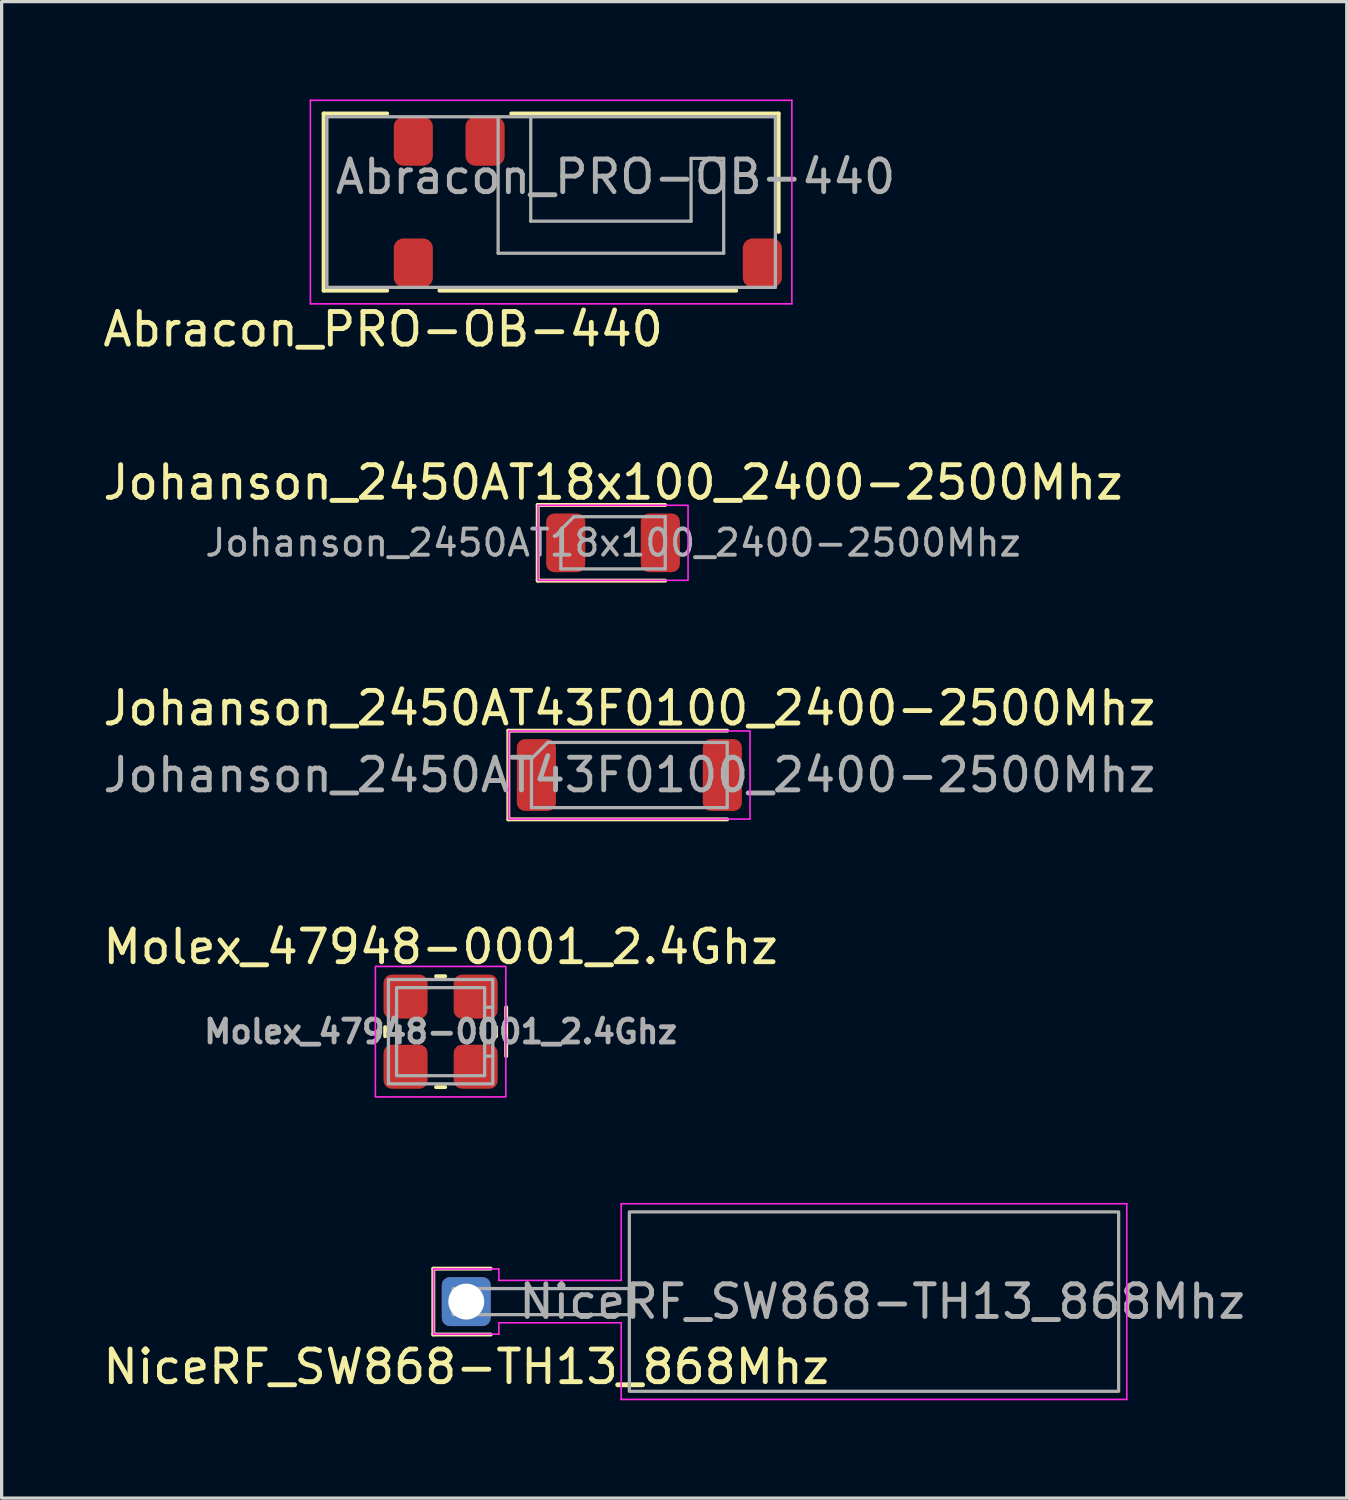
<source format=kicad_pcb>
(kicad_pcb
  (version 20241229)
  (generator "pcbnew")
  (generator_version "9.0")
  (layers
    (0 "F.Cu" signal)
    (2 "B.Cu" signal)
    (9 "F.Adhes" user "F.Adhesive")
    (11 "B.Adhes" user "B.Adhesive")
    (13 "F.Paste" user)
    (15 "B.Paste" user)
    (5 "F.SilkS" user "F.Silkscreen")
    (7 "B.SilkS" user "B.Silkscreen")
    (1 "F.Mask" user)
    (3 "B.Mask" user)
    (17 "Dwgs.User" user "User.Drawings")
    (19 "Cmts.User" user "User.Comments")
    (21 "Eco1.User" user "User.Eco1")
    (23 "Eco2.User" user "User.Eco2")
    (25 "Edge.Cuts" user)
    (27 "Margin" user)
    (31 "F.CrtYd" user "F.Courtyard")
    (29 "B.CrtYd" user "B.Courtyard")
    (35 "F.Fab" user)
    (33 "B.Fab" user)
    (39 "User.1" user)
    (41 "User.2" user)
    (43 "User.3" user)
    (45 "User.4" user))
  (footprint "Abracon_PRO-OB-440"
    (layer "F.Cu")
    (at 13.846 3.145)
    (property "Reference" "Abracon_PRO-OB-440" (at -5.15 3.9 0) (layer "F.SilkS") (effects (font (size 1 1) (thickness 0.15))))
    (attr smd)
    (fp_line (start -6.975 -2.715) (end -6.975 2.715) (stroke (width 0.12) (type solid)) (layer "F.SilkS"))
    (fp_line (start -6.975 2.715) (end -5.025 2.715) (stroke (width 0.12) (type solid)) (layer "F.SilkS"))
    (fp_line (start -5.025 -2.715) (end -6.975 -2.715) (stroke (width 0.12) (type solid)) (layer "F.SilkS"))
    (fp_line (start -3.425 2.715) (end 5.675 2.715) (stroke (width 0.12) (type solid)) (layer "F.SilkS"))
    (fp_line (start -1.225 -2.715) (end 6.975 -2.715) (stroke (width 0.12) (type solid)) (layer "F.SilkS"))
    (fp_line (start 6.975 -2.715) (end 6.975 0.915) (stroke (width 0.12) (type solid)) (layer "F.SilkS"))
    (fp_line (start -7.38 -3.12) (end 7.38 -3.12) (stroke (width 0.05) (type solid)) (layer "F.CrtYd"))
    (fp_line (start -7.38 3.12) (end -7.38 -3.12) (stroke (width 0.05) (type solid)) (layer "F.CrtYd"))
    (fp_line (start 7.38 -3.12) (end 7.38 3.12) (stroke (width 0.05) (type solid)) (layer "F.CrtYd"))
    (fp_line (start 7.38 3.12) (end -7.38 3.12) (stroke (width 0.05) (type solid)) (layer "F.CrtYd"))
    (fp_line (start -6.875 -2.615) (end 6.875 -2.615) (stroke (width 0.1) (type solid)) (layer "F.Fab"))
    (fp_line (start -6.875 2.615) (end -6.875 -2.615) (stroke (width 0.1) (type solid)) (layer "F.Fab"))
    (fp_line (start -1.625 1.569) (end -1.625 -2.615) (stroke (width 0.1) (type solid)) (layer "F.Fab"))
    (fp_line (start -0.625 -2.615) (end -0.625 0.585) (stroke (width 0.1) (type solid)) (layer "F.Fab"))
    (fp_line (start -0.625 0.585) (end 4.29 0.585) (stroke (width 0.1) (type solid)) (layer "F.Fab"))
    (fp_line (start 4.29 -1.34) (end 5.29 -1.34) (stroke (width 0.1) (type solid)) (layer "F.Fab"))
    (fp_line (start 4.29 0.585) (end 4.29 -1.34) (stroke (width 0.1) (type solid)) (layer "F.Fab"))
    (fp_line (start 5.29 -1.34) (end 5.29 1.569) (stroke (width 0.1) (type solid)) (layer "F.Fab"))
    (fp_line (start 5.29 1.569) (end -1.625 1.569) (stroke (width 0.1) (type solid)) (layer "F.Fab"))
    (fp_line (start 6.875 -2.615) (end 6.875 2.615) (stroke (width 0.1) (type solid)) (layer "F.Fab"))
    (fp_line (start 6.875 2.615) (end -6.875 2.615) (stroke (width 0.1) (type solid)) (layer "F.Fab"))
    (fp_text user "${REFERENCE}" (at 1.975 -0.775 0) (layer "F.Fab") (effects (font (size 1 1) (thickness 0.15))))
    (pad "1" smd roundrect (at -2.025 -1.865) (size 1.2 1.5) (layers "F.Cu" "F.Mask" "F.Paste") (roundrect_rratio 0.25))
    (pad "2" smd roundrect (at -4.225 -1.865) (size 1.2 1.5) (layers "F.Cu" "F.Mask" "F.Paste") (roundrect_rratio 0.25))
    (pad "3" smd roundrect (at -4.225 1.865) (size 1.2 1.5) (layers "F.Cu" "F.Mask" "F.Paste") (roundrect_rratio 0.25))
    (pad "4" smd roundrect (at 6.475 1.865) (size 1.2 1.5) (layers "F.Cu" "F.Mask" "F.Paste") (roundrect_rratio 0.25))
    (zone (net_name "") (layers "F.Cu" "Dwgs.User") (hatch edge 0.508) (connect_pads) (min_thickness 0.254) (filled_areas_thickness no) (keepout (tracks not_allowed) (vias not_allowed) (pads allowed) (copperpour not_allowed) (footprints allowed)) (placement (enabled no)) (fill) (polygon (pts (xy 10.746 6.31) (xy 8.496 6.31) (xy 8.496 3.71) (xy 10.746 3.71))))
    (zone (net_name "") (layers "F.Cu" "Dwgs.User") (hatch edge 0.508) (connect_pads) (min_thickness 0.254) (filled_areas_thickness no) (keepout (tracks allowed) (vias not_allowed) (pads allowed) (copperpour not_allowed) (footprints allowed)) (placement (enabled no)) (fill) (polygon (pts (xy 12.721 2.33) (xy 10.921 2.33) (xy 10.921 0.23) (xy 12.721 0.23))))
    (zone (net_name "") (layers "F.Cu" "Dwgs.User") (hatch edge 0.508) (connect_pads) (min_thickness 0.254) (filled_areas_thickness no) (keepout (tracks not_allowed) (vias not_allowed) (pads allowed) (copperpour not_allowed) (footprints allowed)) (placement (enabled no)) (fill) (polygon (pts (xy 21.546 6.41) (xy 19.096 6.41) (xy 19.096 3.61) (xy 21.546 3.61))))
    (zone (net_name "") (layers "F.Cu" "Dwgs.User") (hatch edge 0.508) (connect_pads) (min_thickness 0.254) (filled_areas_thickness no) (keepout (tracks not_allowed) (vias not_allowed) (pads not_allowed) (copperpour not_allowed) (footprints allowed)) (placement (enabled no)) (fill) (polygon (pts (xy 9.421 0.53) (xy 9.021 0.53) (xy 9.021 1.08) (xy 8.721 1.08) (xy 8.721 0.23) (xy 9.421 0.23))))
    (zone (net_name "") (layers "F.Cu" "Dwgs.User") (hatch edge 0.508) (connect_pads) (min_thickness 0.254) (filled_areas_thickness no) (keepout (tracks not_allowed) (vias not_allowed) (pads not_allowed) (copperpour not_allowed) (footprints allowed)) (placement (enabled no)) (fill) (polygon (pts (xy 9.421 2.03) (xy 9.021 2.03) (xy 9.021 1.48) (xy 8.721 1.48) (xy 8.721 2.33) (xy 9.421 2.33))))
    (zone (net_name "") (layers "F.Cu" "Dwgs.User") (hatch edge 0.508) (connect_pads) (min_thickness 0.254) (filled_areas_thickness no) (keepout (tracks not_allowed) (vias not_allowed) (pads not_allowed) (copperpour not_allowed) (footprints allowed)) (placement (enabled no)) (fill) (polygon (pts (xy 9.821 0.53) (xy 10.221 0.53) (xy 10.221 1.08) (xy 10.521 1.08) (xy 10.521 0.23) (xy 9.821 0.23))))
    (zone (net_name "") (layers "F.Cu" "Dwgs.User") (hatch edge 0.508) (connect_pads) (min_thickness 0.254) (filled_areas_thickness no) (keepout (tracks not_allowed) (vias not_allowed) (pads not_allowed) (copperpour not_allowed) (footprints allowed)) (placement (enabled no)) (fill) (polygon (pts (xy 9.821 2.03) (xy 10.221 2.03) (xy 10.221 1.48) (xy 10.521 1.48) (xy 10.521 2.33) (xy 9.821 2.33))))
    (zone (net_name "") (layers "B.Cu" "Dwgs.User") (hatch edge 0.508) (connect_pads) (min_thickness 0.254) (filled_areas_thickness no) (keepout (tracks not_allowed) (vias not_allowed) (pads not_allowed) (copperpour not_allowed) (footprints allowed)) (placement (enabled no)) (fill) (polygon (pts (xy 10.746 6.31) (xy 8.496 6.31) (xy 8.496 3.71) (xy 10.746 3.71))))
    (zone (net_name "") (layers "B.Cu" "Dwgs.User") (hatch edge 0.508) (connect_pads) (min_thickness 0.254) (filled_areas_thickness no) (keepout (tracks not_allowed) (vias not_allowed) (pads not_allowed) (copperpour not_allowed) (footprints allowed)) (placement (enabled no)) (fill) (polygon (pts (xy 12.721 2.33) (xy 10.921 2.33) (xy 10.921 0.23) (xy 12.721 0.23))))
    (zone (net_name "") (layers "B.Cu" "Dwgs.User") (hatch edge 0.508) (connect_pads) (min_thickness 0.254) (filled_areas_thickness no) (keepout (tracks not_allowed) (vias not_allowed) (pads not_allowed) (copperpour not_allowed) (footprints allowed)) (placement (enabled no)) (fill) (polygon (pts (xy 21.546 6.41) (xy 19.096 6.41) (xy 19.096 3.61) (xy 21.546 3.61)))))
  (footprint "Johanson_2450AT43F0100_2400-2500Mhz"
    (layer "F.Cu")
    (at 16.244 20.71)
    (property "Reference" "Johanson_2450AT43F0100_2400-2500Mhz" (at 0 -2.05 0) (layer "F.SilkS") (effects (font (size 1 1) (thickness 0.15))))
    (attr smd)
    (fp_line (start -3.71 -1.36) (end -3.71 1.36) (stroke (width 0.12) (type solid)) (layer "F.SilkS"))
    (fp_line (start -3.71 1.36) (end 3 1.36) (stroke (width 0.12) (type solid)) (layer "F.SilkS"))
    (fp_line (start 3 -1.36) (end -3.71 -1.36) (stroke (width 0.12) (type solid)) (layer "F.SilkS"))
    (fp_rect (start -3.7 -1.35) (end 3.7 1.35) (stroke (width 0.05) (type solid)) (fill no) (layer "F.CrtYd"))
    (fp_line (start -3 -0.5) (end -3 1) (stroke (width 0.1) (type solid)) (layer "F.Fab"))
    (fp_line (start -3 1) (end 3 1) (stroke (width 0.1) (type solid)) (layer "F.Fab"))
    (fp_line (start -2.5 -1) (end -3 -0.5) (stroke (width 0.1) (type solid)) (layer "F.Fab"))
    (fp_line (start 3 -1) (end -2.5 -1) (stroke (width 0.1) (type solid)) (layer "F.Fab"))
    (fp_line (start 3 1) (end 3 -1) (stroke (width 0.1) (type solid)) (layer "F.Fab"))
    (fp_text user "${REFERENCE}" (at 0 0 0) (layer "F.Fab") (effects (font (size 1 1) (thickness 0.15))))
    (pad "1" smd roundrect (at -2.85 0) (size 1.2 2.2) (layers "F.Cu" "F.Mask" "F.Paste") (roundrect_rratio 0.208))
    (pad "2" smd roundrect (at 2.85 0) (size 1.2 2.2) (layers "F.Cu" "F.Mask" "F.Paste") (roundrect_rratio 0.208)))
  (footprint "NiceRF_SW868-TH13_868Mhz"
    (layer "F.Cu")
    (at 11.244 36.853)
    (property "Reference" "NiceRF_SW868-TH13_868Mhz" (at 0 2 0) (layer "F.SilkS") (effects (font (size 1 1) (thickness 0.15))))
    (attr through_hole)
    (fp_line (start -1.01 -1.01) (end 0.75 -1.01) (stroke (width 0.12) (type default)) (layer "F.SilkS"))
    (fp_line (start -1.01 1.01) (end -1.01 -1.01) (stroke (width 0.12) (type default)) (layer "F.SilkS"))
    (fp_line (start 0.75 1.01) (end -1.01 1.01) (stroke (width 0.12) (type default)) (layer "F.SilkS"))
    (fp_line (start -1 -1) (end 1 -1) (stroke (width 0.05) (type default)) (layer "F.CrtYd"))
    (fp_line (start -1 1) (end -1 -1) (stroke (width 0.05) (type default)) (layer "F.CrtYd"))
    (fp_line (start 1 -1) (end 1 -0.65) (stroke (width 0.05) (type default)) (layer "F.CrtYd"))
    (fp_line (start 1 -0.65) (end 4.75 -0.65) (stroke (width 0.05) (type default)) (layer "F.CrtYd"))
    (fp_line (start 1 0.65) (end 1 1) (stroke (width 0.05) (type default)) (layer "F.CrtYd"))
    (fp_line (start 1 0.65) (end 4.75 0.65) (stroke (width 0.05) (type default)) (layer "F.CrtYd"))
    (fp_line (start 1 1) (end -1 1) (stroke (width 0.05) (type default)) (layer "F.CrtYd"))
    (fp_line (start 4.75 -3) (end 4.75 -0.65) (stroke (width 0.05) (type default)) (layer "F.CrtYd"))
    (fp_line (start 4.75 0.65) (end 4.75 3) (stroke (width 0.05) (type default)) (layer "F.CrtYd"))
    (fp_line (start 4.75 3) (end 20.25 3) (stroke (width 0.05) (type default)) (layer "F.CrtYd"))
    (fp_line (start 20.25 -3) (end 4.75 -3) (stroke (width 0.05) (type default)) (layer "F.CrtYd"))
    (fp_line (start 20.25 3) (end 20.25 -3) (stroke (width 0.05) (type default)) (layer "F.CrtYd"))
    (fp_rect (start -0.4 -0.4) (end 5 0.4) (stroke (width 0.1) (type default)) (fill no) (layer "F.Fab"))
    (fp_rect (start 20 -2.75) (end 5 2.75) (stroke (width 0.1) (type default)) (fill no) (layer "F.Fab"))
    (fp_text user "${REFERENCE}" (at 12.75 0 0) (layer "F.Fab") (effects (font (size 1 1) (thickness 0.15))))
    (pad "1" thru_hole roundrect (at 0 0 270) (size 1.5 1.5) (drill 1.1) (layers "*.Cu" "*.Mask") (roundrect_rratio 0.164)))
  (footprint "Johanson_2450AT18x100_2400-2500Mhz"
    (layer "F.Cu")
    (at 15.744 13.591)
    (property "Reference" "Johanson_2450AT18x100_2400-2500Mhz" (at 0 -1.85 0) (layer "F.SilkS") (effects (font (size 1 1) (thickness 0.15))))
    (attr smd)
    (fp_line (start -2.31 -1.16) (end -2.31 1.16) (stroke (width 0.12) (type solid)) (layer "F.SilkS"))
    (fp_line (start -2.31 1.16) (end 1.6 1.16) (stroke (width 0.12) (type solid)) (layer "F.SilkS"))
    (fp_line (start 1.6 -1.16) (end -2.31 -1.16) (stroke (width 0.12) (type solid)) (layer "F.SilkS"))
    (fp_rect (start -2.3 -1.15) (end 2.3 1.15) (stroke (width 0.05) (type solid)) (fill no) (layer "F.CrtYd"))
    (fp_line (start -1.6 -0.4) (end -1.6 0.8) (stroke (width 0.1) (type solid)) (layer "F.Fab"))
    (fp_line (start -1.6 0.8) (end 1.6 0.8) (stroke (width 0.1) (type solid)) (layer "F.Fab"))
    (fp_line (start -1.2 -0.8) (end -1.6 -0.4) (stroke (width 0.1) (type solid)) (layer "F.Fab"))
    (fp_line (start 1.6 -0.8) (end -1.2 -0.8) (stroke (width 0.1) (type solid)) (layer "F.Fab"))
    (fp_line (start 1.6 0.8) (end 1.6 -0.8) (stroke (width 0.1) (type solid)) (layer "F.Fab"))
    (fp_text user "${REFERENCE}" (at 0 0 0) (layer "F.Fab") (effects (font (size 0.8 0.8) (thickness 0.12))))
    (pad "1" smd roundrect (at -1.45 0) (size 1.2 1.8) (layers "F.Cu" "F.Mask" "F.Paste") (roundrect_rratio 0.208))
    (pad "2" smd roundrect (at 1.45 0) (size 1.2 1.8) (layers "F.Cu" "F.Mask" "F.Paste") (roundrect_rratio 0.208)))
  (footprint "Molex_47948-0001_2.4Ghz"
    (layer "F.Cu")
    (at 10.458 28.578)
    (property "Reference" "Molex_47948-0001_2.4Ghz" (at 0 -2.6 0) (unlocked yes) (layer "F.SilkS") (effects (font (size 1 1) (thickness 0.15))))
    (attr smd)
    (fp_line (start -1.7 0.14) (end -1.7 -0.14) (stroke (width 0.12) (type default)) (layer "F.SilkS"))
    (fp_line (start -0.14 -1.7) (end 0.14 -1.7) (stroke (width 0.12) (type default)) (layer "F.SilkS"))
    (fp_line (start -0.14 1.7) (end 0.14 1.7) (stroke (width 0.12) (type default)) (layer "F.SilkS"))
    (fp_line (start 1.7 0.14) (end 1.7 -0.14) (stroke (width 0.12) (type default)) (layer "F.SilkS"))
    (fp_line (start 2.01 0.75) (end 2.01 -0.75) (stroke (width 0.12) (type default)) (layer "F.SilkS"))
    (fp_rect (start -2 -2) (end 2 2) (stroke (width 0.05) (type default)) (fill no) (layer "F.CrtYd"))
    (fp_line (start 1.35 -0.75) (end 1.6 -0.75) (stroke (width 0.1) (type default)) (layer "F.Fab"))
    (fp_line (start 1.35 0.75) (end 1.6 0.75) (stroke (width 0.1) (type default)) (layer "F.Fab"))
    (fp_rect (start -1.6 -1.6) (end 1.6 1.6) (stroke (width 0.1) (type default)) (fill no) (layer "F.Fab"))
    (fp_rect (start -1.35 -1.35) (end 1.35 1.35) (stroke (width 0.1) (type default)) (fill no) (layer "F.Fab"))
    (fp_rect (start -0.4 -1.6) (end -0.4 -1.6) (stroke (width 0.1) (type default)) (fill no) (layer "F.Fab"))
    (fp_text user "${REFERENCE}" (at 0 0 0) (unlocked yes) (layer "F.Fab") (effects (font (size 0.7 0.7) (thickness 0.15))))
    (pad "1" smd roundrect (at -1.075 -1.075) (size 1.35 1.35) (layers "F.Cu" "F.Mask" "F.Paste") (roundrect_rratio 0.185))
    (pad "MP" smd roundrect (at -1.075 1.075) (size 1.35 1.35) (layers "F.Cu" "F.Mask" "F.Paste") (roundrect_rratio 0.185))
    (pad "MP" smd roundrect (at 1.075 -1.075) (size 1.35 1.35) (layers "F.Cu" "F.Mask" "F.Paste") (roundrect_rratio 0.185))
    (pad "MP" smd roundrect (at 1.075 1.075) (size 1.35 1.35) (layers "F.Cu" "F.Mask" "F.Paste") (roundrect_rratio 0.185))
    (zone (net_name "") (layers "F.Cu" "B.Cu") (hatch edge 0.508) (connect_pads) (min_thickness 0.254) (filled_areas_thickness no) (keepout (tracks not_allowed) (vias not_allowed) (pads not_allowed) (copperpour not_allowed) (footprints allowed)) (placement (enabled no)) (fill) (polygon (pts (xy 8.208 26.328) (xy 8.208 30.828) (xy 12.708 30.828) (xy 12.708 26.328) (xy 10.058 26.328) (xy 10.058 26.778) (xy 12.258 26.778) (xy 12.258 30.378) (xy 8.658 30.428) (xy 8.658 26.328))))
    (zone (net_name "") (layers "F.Cu" "B.Cu") (hatch edge 0.508) (connect_pads) (min_thickness 0.254) (filled_areas_thickness no) (keepout (tracks not_allowed) (vias not_allowed) (pads not_allowed) (copperpour not_allowed) (footprints allowed)) (placement (enabled no)) (fill) (polygon (pts (xy 10.108 26.828) (xy 10.108 28.228) (xy 8.708 28.228) (xy 8.708 28.928) (xy 10.108 28.928) (xy 10.108 30.328) (xy 10.808 30.328) (xy 10.808 28.928) (xy 12.208 28.928) (xy 12.208 28.228) (xy 10.808 28.228) (xy 10.808 26.828))))
    (zone (net_name "") (layers "B.Cu" "F.SilkS") (hatch edge 0.508) (connect_pads) (min_thickness 0.254) (filled_areas_thickness no) (keepout (tracks not_allowed) (vias not_allowed) (pads not_allowed) (copperpour not_allowed) (footprints allowed)) (placement (enabled no)) (fill) (polygon (pts (xy 8.658 26.328) (xy 8.658 28.228) (xy 10.108 28.228) (xy 10.108 26.328)))))
  (gr_rect
    (start -3 -3)
    (end 38.238 42.878)
    (stroke (width 0.1) (type default))
    (fill no)
    (layer "Edge.Cuts")))
</source>
